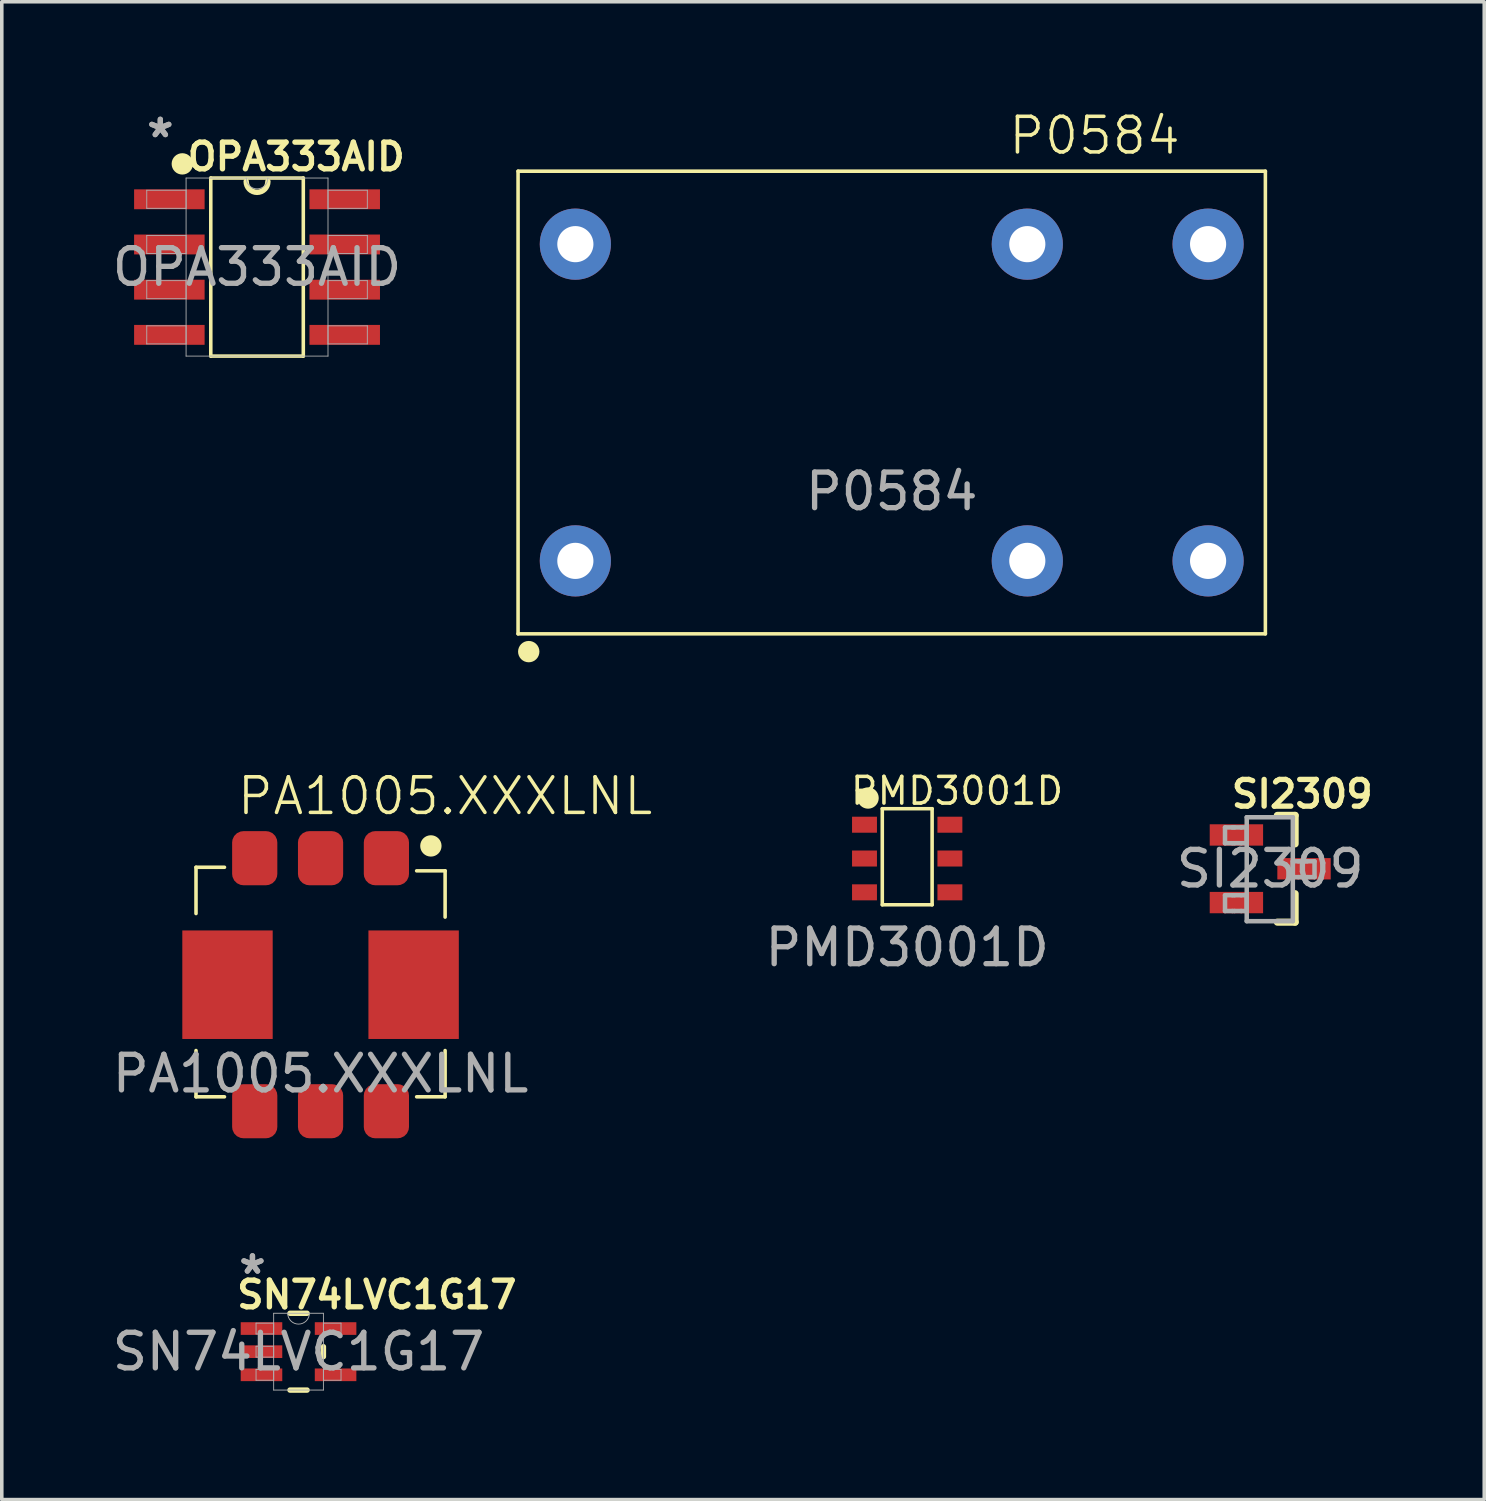
<source format=kicad_pcb>
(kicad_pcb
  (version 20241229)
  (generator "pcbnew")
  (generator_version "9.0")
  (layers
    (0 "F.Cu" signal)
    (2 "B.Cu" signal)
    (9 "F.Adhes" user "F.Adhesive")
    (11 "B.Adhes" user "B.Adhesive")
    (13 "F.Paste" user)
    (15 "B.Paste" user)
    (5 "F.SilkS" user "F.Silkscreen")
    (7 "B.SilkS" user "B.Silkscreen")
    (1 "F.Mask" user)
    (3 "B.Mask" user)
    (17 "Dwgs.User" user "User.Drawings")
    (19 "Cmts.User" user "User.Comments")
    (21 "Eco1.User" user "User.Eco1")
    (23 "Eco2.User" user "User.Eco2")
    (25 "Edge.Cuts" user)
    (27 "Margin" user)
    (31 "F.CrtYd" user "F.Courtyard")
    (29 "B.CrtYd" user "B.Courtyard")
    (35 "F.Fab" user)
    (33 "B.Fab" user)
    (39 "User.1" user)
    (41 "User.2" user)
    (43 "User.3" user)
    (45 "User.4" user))
  (footprint "OPA333AID"
    (layer "F.Cu")
    (at 4.173 4.455)
    (property "Reference" "OPA333AID" (at 1.1 -3.1 0) (unlocked yes) (layer "F.SilkS") (effects (font (size 0.75 0.75) (thickness 0.15))))
    (attr smd)
    (fp_line (start -1.3 2.502) (end -1.3 -2.502) (stroke (width 0.1) (type default)) (layer "F.SilkS"))
    (fp_line (start -1.3 2.502) (end 1.3 2.502) (stroke (width 0.1) (type solid)) (layer "F.SilkS"))
    (fp_line (start 1.3 -2.502) (end -1.3 -2.502) (stroke (width 0.1) (type solid)) (layer "F.SilkS"))
    (fp_line (start 1.3 2.502) (end 1.3 -2.502) (stroke (width 0.1) (type default)) (layer "F.SilkS"))
    (fp_arc (start 0.3048 -2.4048) (mid 0 -2.1) (end -0.3048 -2.4048) (stroke (width 0.1524) (type solid)) (layer "F.SilkS"))
    (fp_circle (center -2.1 -2.9) (end -1.95 -2.9) (stroke (width 0.3) (type default)) (fill no) (layer "F.SilkS"))
    (fp_line (start -3.099 -2.159) (end -3.099 -1.651) (stroke (width 0.025) (type solid)) (layer "F.Fab"))
    (fp_line (start -3.099 -1.651) (end -1.994 -1.651) (stroke (width 0.025) (type solid)) (layer "F.Fab"))
    (fp_line (start -3.099 -0.889) (end -3.099 -0.381) (stroke (width 0.025) (type solid)) (layer "F.Fab"))
    (fp_line (start -3.099 -0.381) (end -1.994 -0.381) (stroke (width 0.025) (type solid)) (layer "F.Fab"))
    (fp_line (start -3.099 0.381) (end -3.099 0.889) (stroke (width 0.025) (type solid)) (layer "F.Fab"))
    (fp_line (start -3.099 0.889) (end -1.994 0.889) (stroke (width 0.025) (type solid)) (layer "F.Fab"))
    (fp_line (start -3.099 1.651) (end -3.099 2.159) (stroke (width 0.025) (type solid)) (layer "F.Fab"))
    (fp_line (start -3.099 2.159) (end -1.994 2.159) (stroke (width 0.025) (type solid)) (layer "F.Fab"))
    (fp_line (start -1.994 -2.502) (end -1.994 2.502) (stroke (width 0.025) (type solid)) (layer "F.Fab"))
    (fp_line (start -1.994 -2.159) (end -3.099 -2.159) (stroke (width 0.025) (type solid)) (layer "F.Fab"))
    (fp_line (start -1.994 -1.651) (end -1.994 -2.159) (stroke (width 0.025) (type solid)) (layer "F.Fab"))
    (fp_line (start -1.994 -0.889) (end -3.099 -0.889) (stroke (width 0.025) (type solid)) (layer "F.Fab"))
    (fp_line (start -1.994 -0.381) (end -1.994 -0.889) (stroke (width 0.025) (type solid)) (layer "F.Fab"))
    (fp_line (start -1.994 0.381) (end -3.099 0.381) (stroke (width 0.025) (type solid)) (layer "F.Fab"))
    (fp_line (start -1.994 0.889) (end -1.994 0.381) (stroke (width 0.025) (type solid)) (layer "F.Fab"))
    (fp_line (start -1.994 1.651) (end -3.099 1.651) (stroke (width 0.025) (type solid)) (layer "F.Fab"))
    (fp_line (start -1.994 2.159) (end -1.994 1.651) (stroke (width 0.025) (type solid)) (layer "F.Fab"))
    (fp_line (start -1.994 2.502) (end 1.994 2.502) (stroke (width 0.025) (type solid)) (layer "F.Fab"))
    (fp_line (start 1.994 -2.502) (end -1.994 -2.502) (stroke (width 0.025) (type solid)) (layer "F.Fab"))
    (fp_line (start 1.994 -2.159) (end 1.994 -1.651) (stroke (width 0.025) (type solid)) (layer "F.Fab"))
    (fp_line (start 1.994 -1.651) (end 3.099 -1.651) (stroke (width 0.025) (type solid)) (layer "F.Fab"))
    (fp_line (start 1.994 -0.889) (end 1.994 -0.381) (stroke (width 0.025) (type solid)) (layer "F.Fab"))
    (fp_line (start 1.994 -0.381) (end 3.099 -0.381) (stroke (width 0.025) (type solid)) (layer "F.Fab"))
    (fp_line (start 1.994 0.381) (end 1.994 0.889) (stroke (width 0.025) (type solid)) (layer "F.Fab"))
    (fp_line (start 1.994 0.889) (end 3.099 0.889) (stroke (width 0.025) (type solid)) (layer "F.Fab"))
    (fp_line (start 1.994 1.651) (end 1.994 2.159) (stroke (width 0.025) (type solid)) (layer "F.Fab"))
    (fp_line (start 1.994 2.159) (end 3.099 2.159) (stroke (width 0.025) (type solid)) (layer "F.Fab"))
    (fp_line (start 1.994 2.502) (end 1.994 -2.502) (stroke (width 0.025) (type solid)) (layer "F.Fab"))
    (fp_line (start 3.099 -2.159) (end 1.994 -2.159) (stroke (width 0.025) (type solid)) (layer "F.Fab"))
    (fp_line (start 3.099 -1.651) (end 3.099 -2.159) (stroke (width 0.025) (type solid)) (layer "F.Fab"))
    (fp_line (start 3.099 -0.889) (end 1.994 -0.889) (stroke (width 0.025) (type solid)) (layer "F.Fab"))
    (fp_line (start 3.099 -0.381) (end 3.099 -0.889) (stroke (width 0.025) (type solid)) (layer "F.Fab"))
    (fp_line (start 3.099 0.381) (end 1.994 0.381) (stroke (width 0.025) (type solid)) (layer "F.Fab"))
    (fp_line (start 3.099 0.889) (end 3.099 0.381) (stroke (width 0.025) (type solid)) (layer "F.Fab"))
    (fp_line (start 3.099 1.651) (end 1.994 1.651) (stroke (width 0.025) (type solid)) (layer "F.Fab"))
    (fp_line (start 3.099 2.159) (end 3.099 1.651) (stroke (width 0.025) (type solid)) (layer "F.Fab"))
    (fp_arc (start 0.3048 -2.5019) (mid 0 -2.1971) (end -0.3048 -2.5019) (stroke (width 0.0254) (type solid)) (layer "F.Fab"))
    (fp_text user "*" (at -2.718 -3.607 0) (layer "F.Fab") (effects (font (size 1 1) (thickness 0.15))))
    (fp_text user "${REFERENCE}" (at 0 0 0) (unlocked yes) (layer "F.Fab") (effects (font (size 1 1) (thickness 0.15))))
    (fp_text user "*" (at -2.718 -3.607 0) (unlocked yes) (layer "F.Fab") (effects (font (size 1 1) (thickness 0.15))))
    (pad "1" smd rect (at -2.464 -1.905) (size 1.981 0.559) (layers "F.Cu" "F.Mask" "F.Paste"))
    (pad "2" smd rect (at -2.464 -0.635) (size 1.981 0.559) (layers "F.Cu" "F.Mask" "F.Paste"))
    (pad "3" smd rect (at -2.464 0.635) (size 1.981 0.559) (layers "F.Cu" "F.Mask" "F.Paste"))
    (pad "4" smd rect (at -2.464 1.905) (size 1.981 0.559) (layers "F.Cu" "F.Mask" "F.Paste"))
    (pad "5" smd rect (at 2.464 1.905) (size 1.981 0.559) (layers "F.Cu" "F.Mask" "F.Paste"))
    (pad "6" smd rect (at 2.464 0.635) (size 1.981 0.559) (layers "F.Cu" "F.Mask" "F.Paste"))
    (pad "7" smd rect (at 2.464 -0.635) (size 1.981 0.559) (layers "F.Cu" "F.Mask" "F.Paste"))
    (pad "8" smd rect (at 2.464 -1.905) (size 1.981 0.559) (layers "F.Cu" "F.Mask" "F.Paste")))
  (footprint "SN74LVC1G17"
    (layer "F.Cu")
    (at 5.339 34.933)
    (property "Reference" "SN74LVC1G17" (at 2.2 -1.6 0) (unlocked yes) (layer "F.SilkS") (effects (font (size 0.75 0.75) (thickness 0.15))))
    (attr smd)
    (fp_line (start -0.24 1.079) (end 0.24 1.079) (stroke (width 0.152) (type solid)) (layer "F.SilkS"))
    (fp_line (start 0.24 -1.079) (end -0.24 -1.079) (stroke (width 0.152) (type solid)) (layer "F.SilkS"))
    (fp_line (start 0.699 0.139) (end 0.699 -0.139) (stroke (width 0.152) (type solid)) (layer "F.SilkS"))
    (fp_line (start -1.194 -0.802) (end -1.194 -0.498) (stroke (width 0.025) (type solid)) (layer "F.Fab"))
    (fp_line (start -1.194 -0.498) (end -0.699 -0.498) (stroke (width 0.025) (type solid)) (layer "F.Fab"))
    (fp_line (start -1.194 -0.152) (end -1.194 0.152) (stroke (width 0.025) (type solid)) (layer "F.Fab"))
    (fp_line (start -1.194 0.152) (end -0.699 0.152) (stroke (width 0.025) (type solid)) (layer "F.Fab"))
    (fp_line (start -1.194 0.498) (end -1.194 0.802) (stroke (width 0.025) (type solid)) (layer "F.Fab"))
    (fp_line (start -1.194 0.802) (end -0.699 0.802) (stroke (width 0.025) (type solid)) (layer "F.Fab"))
    (fp_line (start -0.699 -1.079) (end -0.699 1.079) (stroke (width 0.025) (type solid)) (layer "F.Fab"))
    (fp_line (start -0.699 -0.802) (end -1.194 -0.802) (stroke (width 0.025) (type solid)) (layer "F.Fab"))
    (fp_line (start -0.699 -0.498) (end -0.699 -0.802) (stroke (width 0.025) (type solid)) (layer "F.Fab"))
    (fp_line (start -0.699 -0.152) (end -1.194 -0.152) (stroke (width 0.025) (type solid)) (layer "F.Fab"))
    (fp_line (start -0.699 0.152) (end -0.699 -0.152) (stroke (width 0.025) (type solid)) (layer "F.Fab"))
    (fp_line (start -0.699 0.498) (end -1.194 0.498) (stroke (width 0.025) (type solid)) (layer "F.Fab"))
    (fp_line (start -0.699 0.802) (end -0.699 0.498) (stroke (width 0.025) (type solid)) (layer "F.Fab"))
    (fp_line (start -0.699 1.079) (end 0.699 1.079) (stroke (width 0.025) (type solid)) (layer "F.Fab"))
    (fp_line (start 0.699 -1.079) (end -0.699 -1.079) (stroke (width 0.025) (type solid)) (layer "F.Fab"))
    (fp_line (start 0.699 -0.802) (end 0.699 -0.498) (stroke (width 0.025) (type solid)) (layer "F.Fab"))
    (fp_line (start 0.699 -0.498) (end 1.194 -0.498) (stroke (width 0.025) (type solid)) (layer "F.Fab"))
    (fp_line (start 0.699 0.498) (end 0.699 0.802) (stroke (width 0.025) (type solid)) (layer "F.Fab"))
    (fp_line (start 0.699 0.802) (end 1.194 0.802) (stroke (width 0.025) (type solid)) (layer "F.Fab"))
    (fp_line (start 0.699 1.079) (end 0.699 -1.079) (stroke (width 0.025) (type solid)) (layer "F.Fab"))
    (fp_line (start 1.194 -0.802) (end 0.699 -0.802) (stroke (width 0.025) (type solid)) (layer "F.Fab"))
    (fp_line (start 1.194 -0.498) (end 1.194 -0.802) (stroke (width 0.025) (type solid)) (layer "F.Fab"))
    (fp_line (start 1.194 0.498) (end 0.699 0.498) (stroke (width 0.025) (type solid)) (layer "F.Fab"))
    (fp_line (start 1.194 0.802) (end 1.194 0.498) (stroke (width 0.025) (type solid)) (layer "F.Fab"))
    (fp_arc (start 0.3048 -1.0795) (mid 0 -0.7747) (end -0.3048 -1.0795) (stroke (width 0.0254) (type solid)) (layer "F.Fab"))
    (fp_text user "*" (at -1.295 -2.149 0) (layer "F.Fab") (effects (font (size 1 1) (thickness 0.15))))
    (fp_text user "*" (at -1.295 -2.149 0) (unlocked yes) (layer "F.Fab") (effects (font (size 1 1) (thickness 0.15))))
    (fp_text user "${REFERENCE}" (at 0 0 0) (unlocked yes) (layer "F.Fab") (effects (font (size 1 1) (thickness 0.15))))
    (pad "1" smd rect (at -1.041 -0.65) (size 1.168 0.356) (layers "F.Cu" "F.Mask" "F.Paste"))
    (pad "2" smd rect (at -1.041 0) (size 1.168 0.356) (layers "F.Cu" "F.Mask" "F.Paste"))
    (pad "3" smd rect (at -1.041 0.65) (size 1.168 0.356) (layers "F.Cu" "F.Mask" "F.Paste"))
    (pad "4" smd rect (at 1.041 0.65) (size 1.168 0.356) (layers "F.Cu" "F.Mask" "F.Paste"))
    (pad "5" smd rect (at 1.041 -0.65) (size 1.168 0.356) (layers "F.Cu" "F.Mask" "F.Paste")))
  (footprint "P0584"
    (layer "F.Cu")
    (at 22.008 8.261)
    (property "Reference" "P0584" (at 5.7 -7.5 0) (unlocked yes) (layer "F.SilkS") (effects (font (size 1 1) (thickness 0.1))))
    (attr through_hole)
    (fp_line (start -10.5 -6.5) (end -10.5 6.5) (stroke (width 0.1) (type default)) (layer "F.SilkS"))
    (fp_line (start -10.5 -6.5) (end 10.5 -6.5) (stroke (width 0.1) (type default)) (layer "F.SilkS"))
    (fp_line (start -10.5 6.5) (end 10.5 6.5) (stroke (width 0.1) (type default)) (layer "F.SilkS"))
    (fp_line (start 10.5 -6.5) (end 10.5 6.5) (stroke (width 0.1) (type default)) (layer "F.SilkS"))
    (fp_circle (center -10.2 7) (end -10.05 7) (stroke (width 0.3) (type default)) (fill no) (layer "F.SilkS"))
    (fp_text user "${REFERENCE}" (at 0 2.5 0) (unlocked yes) (layer "F.Fab") (effects (font (size 1 1) (thickness 0.15))))
    (pad "1" thru_hole circle (at -8.89 4.45 90) (size 2 2) (drill 1.016) (layers "*.Cu" "*.Mask"))
    (pad "3" thru_hole circle (at 3.81 4.45 90) (size 2 2) (drill 1.016) (layers "*.Cu" "*.Mask"))
    (pad "4" thru_hole circle (at 8.89 4.45 90) (size 2 2) (drill 1.016) (layers "*.Cu" "*.Mask"))
    (pad "7" thru_hole circle (at 8.89 -4.45 90) (size 2 2) (drill 1.016) (layers "*.Cu" "*.Mask"))
    (pad "8" thru_hole circle (at 3.81 -4.45 90) (size 2 2) (drill 1.016) (layers "*.Cu" "*.Mask"))
    (pad "10" thru_hole circle (at -8.89 -4.45 90) (size 2 2) (drill 1.016) (layers "*.Cu" "*.Mask")))
  (footprint "PMD3001D"
    (layer "F.Cu")
    (at 22.443 21.075)
    (property "Reference" "PMD3001D" (at 1.4 -1.9 0) (unlocked yes) (layer "F.SilkS") (effects (font (size 0.75 0.75) (thickness 0.1))))
    (attr smd)
    (fp_line (start -0.7 -1.4) (end 0.7 -1.4) (stroke (width 0.1) (type default)) (layer "F.SilkS"))
    (fp_line (start -0.7 1.3) (end -0.7 -1.4) (stroke (width 0.1) (type default)) (layer "F.SilkS"))
    (fp_line (start 0.7 -1.4) (end 0.7 1.3) (stroke (width 0.1) (type default)) (layer "F.SilkS"))
    (fp_line (start 0.7 1.3) (end -0.7 1.3) (stroke (width 0.1) (type default)) (layer "F.SilkS"))
    (fp_circle (center -1.1 -1.7) (end -0.95 -1.7) (stroke (width 0.3) (type default)) (fill no) (layer "F.SilkS"))
    (fp_text user "${REFERENCE}" (at 0 2.5 0) (unlocked yes) (layer "F.Fab") (effects (font (size 1 1) (thickness 0.15))))
    (pad "1" smd rect (at -1.2 -0.95 90) (size 0.45 0.7) (layers "F.Cu" "F.Mask" "F.Paste"))
    (pad "2" smd rect (at -1.2 0 90) (size 0.45 0.7) (layers "F.Cu" "F.Mask" "F.Paste"))
    (pad "3" smd rect (at -1.2 0.95 90) (size 0.45 0.7) (layers "F.Cu" "F.Mask" "F.Paste"))
    (pad "4" smd rect (at 1.2 0.95 90) (size 0.45 0.7) (layers "F.Cu" "F.Mask" "F.Paste"))
    (pad "5" smd rect (at 1.2 0 90) (size 0.45 0.7) (layers "F.Cu" "F.Mask" "F.Paste"))
    (pad "6" smd rect (at 1.2 -0.95 90) (size 0.45 0.7) (layers "F.Cu" "F.Mask" "F.Paste")))
  (footprint "PA1005.XXXLNL"
    (layer "F.Cu")
    (at 5.958 24.621)
    (property "Reference" "PA1005.XXXLNL" (at 3.5 -5.3 0) (unlocked yes) (layer "F.SilkS") (effects (font (size 1 1) (thickness 0.1))))
    (attr smd)
    (fp_line (start -3.5 -3.3) (end -3.5 -2) (stroke (width 0.1) (type default)) (layer "F.SilkS"))
    (fp_line (start -3.5 1.85) (end -3.5 3.15) (stroke (width 0.1) (type default)) (layer "F.SilkS"))
    (fp_line (start -2.7 -3.3) (end -3.5 -3.3) (stroke (width 0.1) (type default)) (layer "F.SilkS"))
    (fp_line (start -2.7 3.15) (end -3.5 3.15) (stroke (width 0.1) (type default)) (layer "F.SilkS"))
    (fp_line (start 2.7 -3.2) (end 3.5 -3.2) (stroke (width 0.1) (type default)) (layer "F.SilkS"))
    (fp_line (start 2.7 3.15) (end 3.5 3.15) (stroke (width 0.1) (type default)) (layer "F.SilkS"))
    (fp_line (start 3.5 -1.9) (end 3.5 -3.2) (stroke (width 0.1) (type default)) (layer "F.SilkS"))
    (fp_line (start 3.5 3.15) (end 3.5 1.85) (stroke (width 0.1) (type default)) (layer "F.SilkS"))
    (fp_circle (center 3.1 -3.9) (end 3.25 -3.9) (stroke (width 0.3) (type default)) (fill no) (layer "F.SilkS"))
    (fp_text user "${REFERENCE}" (at 0 2.5 0) (unlocked yes) (layer "F.Fab") (effects (font (size 1 1) (thickness 0.15))))
    (pad "1" smd roundrect (at 1.85 -3.555) (size 1.27 1.52) (layers "F.Cu" "F.Mask" "F.Paste") (roundrect_rratio 0.25))
    (pad "2" smd roundrect (at 0 -3.555) (size 1.27 1.52) (layers "F.Cu" "F.Mask" "F.Paste") (roundrect_rratio 0.25))
    (pad "3" smd roundrect (at -1.85 -3.555) (size 1.27 1.52) (layers "F.Cu" "F.Mask" "F.Paste") (roundrect_rratio 0.25))
    (pad "4" smd roundrect (at -1.85 3.555) (size 1.27 1.52) (layers "F.Cu" "F.Mask" "F.Paste") (roundrect_rratio 0.25))
    (pad "5" smd roundrect (at 0 3.555) (size 1.27 1.52) (layers "F.Cu" "F.Mask" "F.Paste") (roundrect_rratio 0.25))
    (pad "6" smd roundrect (at 1.85 3.555) (size 1.27 1.52) (layers "F.Cu" "F.Mask" "F.Paste") (roundrect_rratio 0.25))
    (pad "7" smd rect (at -2.615 0) (size 2.54 3.05) (layers "F.Cu" "F.Mask" "F.Paste"))
    (pad "8" smd rect (at 2.615 0) (size 2.54 3.05) (layers "F.Cu" "F.Mask" "F.Paste")))
  (footprint "SI2309"
    (layer "F.Cu")
    (at 32.644 21.363)
    (property "Reference" "SI2309" (at 0.9 -2.1 0) (unlocked yes) (layer "F.SilkS") (effects (font (size 0.75 0.75) (thickness 0.15))))
    (attr smd)
    (fp_line (start 0.2 -1.5) (end 0.7 -1.5) (stroke (width 0.2) (type solid)) (layer "F.SilkS"))
    (fp_line (start 0.2 1.5) (end 0.7 1.5) (stroke (width 0.2) (type solid)) (layer "F.SilkS"))
    (fp_line (start 0.7 -0.7) (end 0.7 -1.5) (stroke (width 0.2) (type solid)) (layer "F.SilkS"))
    (fp_line (start 0.7 1.5) (end 0.7 0.7) (stroke (width 0.2) (type solid)) (layer "F.SilkS"))
    (fp_line (start -1.27 -1.162) (end -1.063 -1.162) (stroke (width 0.127) (type solid)) (layer "F.Fab"))
    (fp_line (start -1.27 -0.718) (end -1.27 -1.162) (stroke (width 0.127) (type solid)) (layer "F.Fab"))
    (fp_line (start -1.27 -0.718) (end -1.063 -0.718) (stroke (width 0.127) (type solid)) (layer "F.Fab"))
    (fp_line (start -1.27 0.743) (end -1.063 0.743) (stroke (width 0.127) (type solid)) (layer "F.Fab"))
    (fp_line (start -1.27 1.187) (end -1.27 0.743) (stroke (width 0.127) (type solid)) (layer "F.Fab"))
    (fp_line (start -1.27 1.187) (end -1.063 1.187) (stroke (width 0.127) (type solid)) (layer "F.Fab"))
    (fp_line (start -1.063 -1.162) (end -1.005 -1.162) (stroke (width 0.127) (type solid)) (layer "F.Fab"))
    (fp_line (start -1.063 -0.718) (end -1.005 -0.718) (stroke (width 0.127) (type solid)) (layer "F.Fab"))
    (fp_line (start -1.063 0.743) (end -1.005 0.743) (stroke (width 0.127) (type solid)) (layer "F.Fab"))
    (fp_line (start -1.063 1.187) (end -1.005 1.187) (stroke (width 0.127) (type solid)) (layer "F.Fab"))
    (fp_line (start -1.005 -1.162) (end -0.814 -1.162) (stroke (width 0.127) (type solid)) (layer "F.Fab"))
    (fp_line (start -1.005 -0.718) (end -0.814 -0.718) (stroke (width 0.127) (type solid)) (layer "F.Fab"))
    (fp_line (start -1.005 0.743) (end -0.814 0.743) (stroke (width 0.127) (type solid)) (layer "F.Fab"))
    (fp_line (start -1.005 1.187) (end -0.814 1.187) (stroke (width 0.127) (type solid)) (layer "F.Fab"))
    (fp_line (start -0.814 -1.162) (end -0.66 -1.162) (stroke (width 0.127) (type solid)) (layer "F.Fab"))
    (fp_line (start -0.814 -0.718) (end -0.66 -0.718) (stroke (width 0.127) (type solid)) (layer "F.Fab"))
    (fp_line (start -0.814 0.743) (end -0.66 0.743) (stroke (width 0.127) (type solid)) (layer "F.Fab"))
    (fp_line (start -0.814 1.187) (end -0.66 1.187) (stroke (width 0.127) (type solid)) (layer "F.Fab"))
    (fp_line (start -0.66 -1.448) (end 0.635 -1.448) (stroke (width 0.127) (type solid)) (layer "F.Fab"))
    (fp_line (start -0.66 -0.718) (end -0.66 -1.162) (stroke (width 0.127) (type solid)) (layer "F.Fab"))
    (fp_line (start -0.66 1.187) (end -0.66 0.743) (stroke (width 0.127) (type solid)) (layer "F.Fab"))
    (fp_line (start -0.66 1.473) (end -0.66 -1.448) (stroke (width 0.127) (type solid)) (layer "F.Fab"))
    (fp_line (start -0.66 1.473) (end 0.635 1.473) (stroke (width 0.127) (type solid)) (layer "F.Fab"))
    (fp_line (start 0.635 -0.21) (end 0.789 -0.21) (stroke (width 0.127) (type solid)) (layer "F.Fab"))
    (fp_line (start 0.635 0.235) (end 0.635 -0.21) (stroke (width 0.127) (type solid)) (layer "F.Fab"))
    (fp_line (start 0.635 0.235) (end 0.789 0.235) (stroke (width 0.127) (type solid)) (layer "F.Fab"))
    (fp_line (start 0.635 1.473) (end 0.635 -1.448) (stroke (width 0.127) (type solid)) (layer "F.Fab"))
    (fp_line (start 0.789 -0.21) (end 0.98 -0.21) (stroke (width 0.127) (type solid)) (layer "F.Fab"))
    (fp_line (start 0.789 0.235) (end 0.98 0.235) (stroke (width 0.127) (type solid)) (layer "F.Fab"))
    (fp_line (start 0.98 -0.21) (end 1.037 -0.21) (stroke (width 0.127) (type solid)) (layer "F.Fab"))
    (fp_line (start 0.98 0.235) (end 1.037 0.235) (stroke (width 0.127) (type solid)) (layer "F.Fab"))
    (fp_line (start 1.037 -0.21) (end 1.245 -0.21) (stroke (width 0.127) (type solid)) (layer "F.Fab"))
    (fp_line (start 1.037 0.235) (end 1.245 0.235) (stroke (width 0.127) (type solid)) (layer "F.Fab"))
    (fp_line (start 1.245 0.235) (end 1.245 -0.21) (stroke (width 0.127) (type solid)) (layer "F.Fab"))
    (fp_text user "${REFERENCE}" (at 0 0 0) (unlocked yes) (layer "F.Fab") (effects (font (size 1 1) (thickness 0.15))))
    (pad "1" smd rect (at -0.95 -0.95 90) (size 0.6 1.5) (layers "F.Cu" "F.Mask" "F.Paste"))
    (pad "2" smd rect (at -0.95 0.95 90) (size 0.6 1.5) (layers "F.Cu" "F.Mask" "F.Paste"))
    (pad "3" smd rect (at 0.95 0 90) (size 0.6 1.5) (layers "F.Cu" "F.Mask" "F.Paste")))
  (gr_rect
    (start -3 -3)
    (end 38.658 39.089)
    (stroke (width 0.1) (type default))
    (fill no)
    (layer "Edge.Cuts")))
</source>
